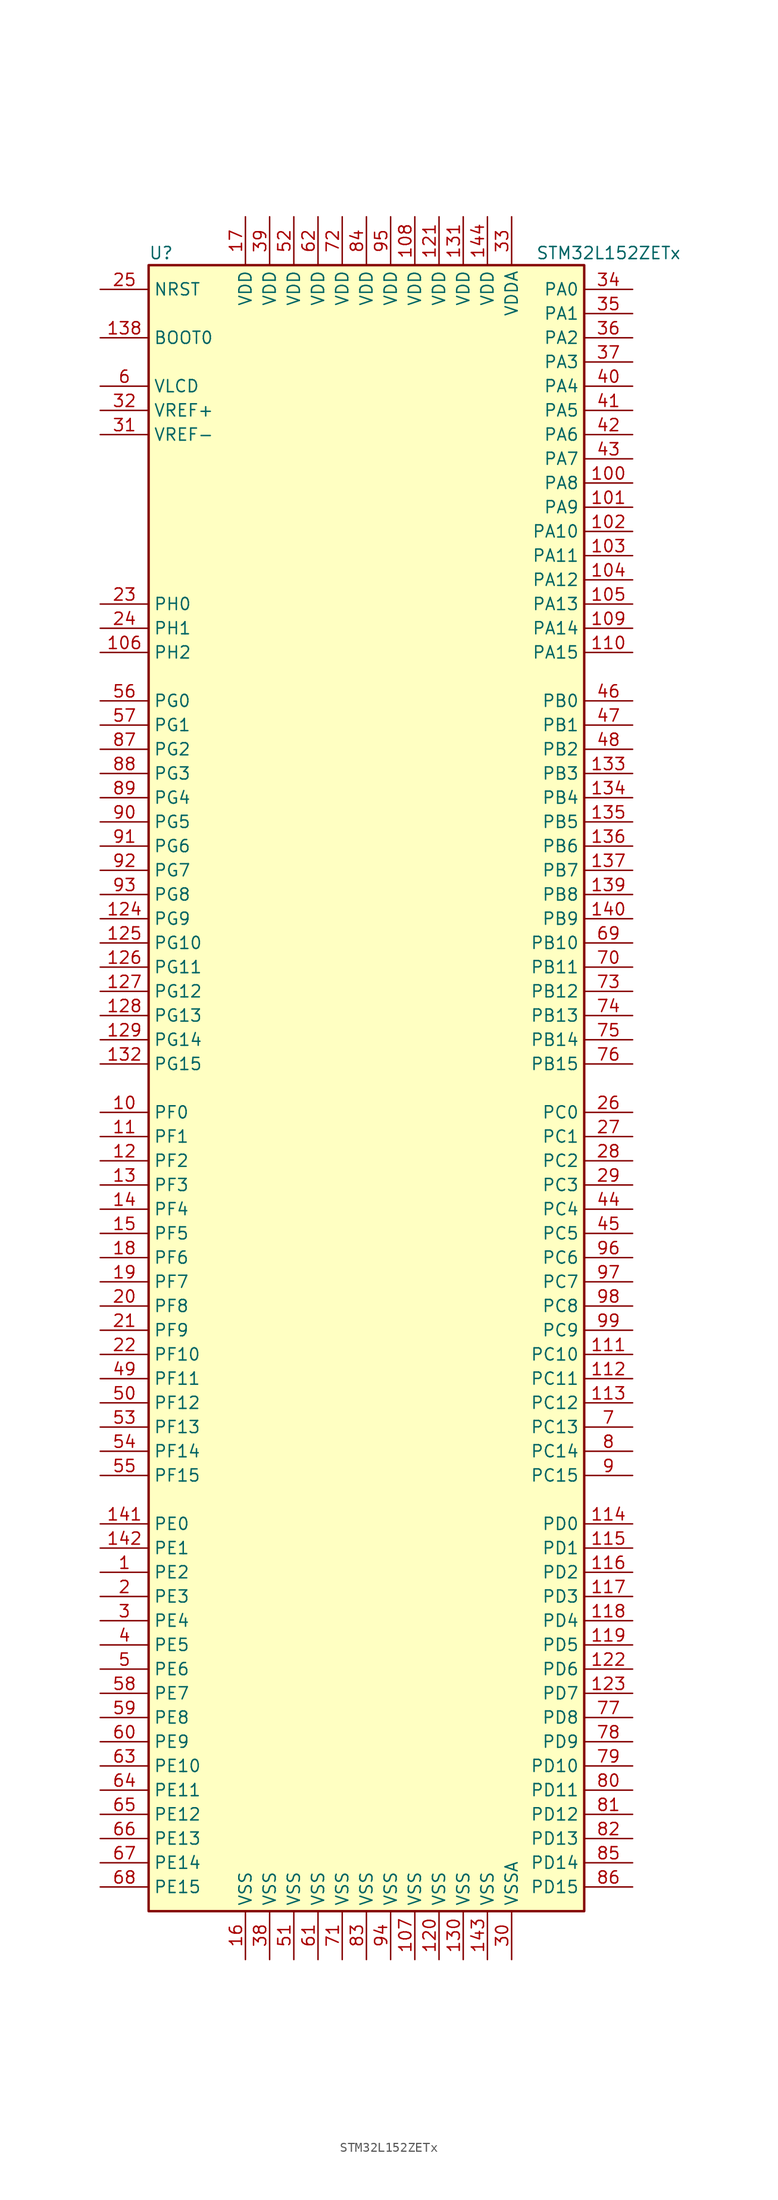
<source format=kicad_sym>
(kicad_symbol_lib
  (version 20201005)
  (generator kicad_symbol_editor)
  (symbol "STM32L152ZETx"
    (property "Reference" "U"
      (at -22.86 87.63 0)
      (effects (font (size 1.27 1.27)) (justify left)))
    (property "Value" "STM32L152ZETx"
      (at 17.78 87.63 0)
      (effects (font (size 1.27 1.27)) (justify left)))
    (symbol "STM32L152ZETx_0_1"
      (rectangle (start -22.86 -86.36) (end 22.86 86.36) (stroke (width 0.254)) (fill (type background))))
    (symbol "STM32L152ZETx_1_1"
      (pin input line (at -27.94 78.74 0) (length 5.08) (name "BOOT0" (effects (font (size 1.27 1.27)))) (number "138" (effects (font (size 1.27 1.27)))))
      (pin input line (at -27.94 83.82 0) (length 5.08) (name "NRST" (effects (font (size 1.27 1.27)))) (number "25" (effects (font (size 1.27 1.27)))))
      (pin bidirectional line (at 27.94 83.82 180) (length 5.08) (name "PA0" (effects (font (size 1.27 1.27)))) (number "34" (effects (font (size 1.27 1.27)))))
      (pin bidirectional line (at 27.94 81.28 180) (length 5.08) (name "PA1" (effects (font (size 1.27 1.27)))) (number "35" (effects (font (size 1.27 1.27)))))
      (pin bidirectional line (at 27.94 58.42 180) (length 5.08) (name "PA10" (effects (font (size 1.27 1.27)))) (number "102" (effects (font (size 1.27 1.27)))))
      (pin bidirectional line (at 27.94 55.88 180) (length 5.08) (name "PA11" (effects (font (size 1.27 1.27)))) (number "103" (effects (font (size 1.27 1.27)))))
      (pin bidirectional line (at 27.94 53.34 180) (length 5.08) (name "PA12" (effects (font (size 1.27 1.27)))) (number "104" (effects (font (size 1.27 1.27)))))
      (pin bidirectional line (at 27.94 50.8 180) (length 5.08) (name "PA13" (effects (font (size 1.27 1.27)))) (number "105" (effects (font (size 1.27 1.27)))))
      (pin bidirectional line (at 27.94 48.26 180) (length 5.08) (name "PA14" (effects (font (size 1.27 1.27)))) (number "109" (effects (font (size 1.27 1.27)))))
      (pin bidirectional line (at 27.94 45.72 180) (length 5.08) (name "PA15" (effects (font (size 1.27 1.27)))) (number "110" (effects (font (size 1.27 1.27)))))
      (pin bidirectional line (at 27.94 78.74 180) (length 5.08) (name "PA2" (effects (font (size 1.27 1.27)))) (number "36" (effects (font (size 1.27 1.27)))))
      (pin bidirectional line (at 27.94 76.2 180) (length 5.08) (name "PA3" (effects (font (size 1.27 1.27)))) (number "37" (effects (font (size 1.27 1.27)))))
      (pin bidirectional line (at 27.94 73.66 180) (length 5.08) (name "PA4" (effects (font (size 1.27 1.27)))) (number "40" (effects (font (size 1.27 1.27)))))
      (pin bidirectional line (at 27.94 71.12 180) (length 5.08) (name "PA5" (effects (font (size 1.27 1.27)))) (number "41" (effects (font (size 1.27 1.27)))))
      (pin bidirectional line (at 27.94 68.58 180) (length 5.08) (name "PA6" (effects (font (size 1.27 1.27)))) (number "42" (effects (font (size 1.27 1.27)))))
      (pin bidirectional line (at 27.94 66.04 180) (length 5.08) (name "PA7" (effects (font (size 1.27 1.27)))) (number "43" (effects (font (size 1.27 1.27)))))
      (pin bidirectional line (at 27.94 63.5 180) (length 5.08) (name "PA8" (effects (font (size 1.27 1.27)))) (number "100" (effects (font (size 1.27 1.27)))))
      (pin bidirectional line (at 27.94 60.96 180) (length 5.08) (name "PA9" (effects (font (size 1.27 1.27)))) (number "101" (effects (font (size 1.27 1.27)))))
      (pin bidirectional line (at 27.94 40.64 180) (length 5.08) (name "PB0" (effects (font (size 1.27 1.27)))) (number "46" (effects (font (size 1.27 1.27)))))
      (pin bidirectional line (at 27.94 38.1 180) (length 5.08) (name "PB1" (effects (font (size 1.27 1.27)))) (number "47" (effects (font (size 1.27 1.27)))))
      (pin bidirectional line (at 27.94 15.24 180) (length 5.08) (name "PB10" (effects (font (size 1.27 1.27)))) (number "69" (effects (font (size 1.27 1.27)))))
      (pin bidirectional line (at 27.94 12.7 180) (length 5.08) (name "PB11" (effects (font (size 1.27 1.27)))) (number "70" (effects (font (size 1.27 1.27)))))
      (pin bidirectional line (at 27.94 10.16 180) (length 5.08) (name "PB12" (effects (font (size 1.27 1.27)))) (number "73" (effects (font (size 1.27 1.27)))))
      (pin bidirectional line (at 27.94 7.62 180) (length 5.08) (name "PB13" (effects (font (size 1.27 1.27)))) (number "74" (effects (font (size 1.27 1.27)))))
      (pin bidirectional line (at 27.94 5.08 180) (length 5.08) (name "PB14" (effects (font (size 1.27 1.27)))) (number "75" (effects (font (size 1.27 1.27)))))
      (pin bidirectional line (at 27.94 2.54 180) (length 5.08) (name "PB15" (effects (font (size 1.27 1.27)))) (number "76" (effects (font (size 1.27 1.27)))))
      (pin bidirectional line (at 27.94 35.56 180) (length 5.08) (name "PB2" (effects (font (size 1.27 1.27)))) (number "48" (effects (font (size 1.27 1.27)))))
      (pin bidirectional line (at 27.94 33.02 180) (length 5.08) (name "PB3" (effects (font (size 1.27 1.27)))) (number "133" (effects (font (size 1.27 1.27)))))
      (pin bidirectional line (at 27.94 30.48 180) (length 5.08) (name "PB4" (effects (font (size 1.27 1.27)))) (number "134" (effects (font (size 1.27 1.27)))))
      (pin bidirectional line (at 27.94 27.94 180) (length 5.08) (name "PB5" (effects (font (size 1.27 1.27)))) (number "135" (effects (font (size 1.27 1.27)))))
      (pin bidirectional line (at 27.94 25.4 180) (length 5.08) (name "PB6" (effects (font (size 1.27 1.27)))) (number "136" (effects (font (size 1.27 1.27)))))
      (pin bidirectional line (at 27.94 22.86 180) (length 5.08) (name "PB7" (effects (font (size 1.27 1.27)))) (number "137" (effects (font (size 1.27 1.27)))))
      (pin bidirectional line (at 27.94 20.32 180) (length 5.08) (name "PB8" (effects (font (size 1.27 1.27)))) (number "139" (effects (font (size 1.27 1.27)))))
      (pin bidirectional line (at 27.94 17.78 180) (length 5.08) (name "PB9" (effects (font (size 1.27 1.27)))) (number "140" (effects (font (size 1.27 1.27)))))
      (pin bidirectional line (at 27.94 -2.54 180) (length 5.08) (name "PC0" (effects (font (size 1.27 1.27)))) (number "26" (effects (font (size 1.27 1.27)))))
      (pin bidirectional line (at 27.94 -5.08 180) (length 5.08) (name "PC1" (effects (font (size 1.27 1.27)))) (number "27" (effects (font (size 1.27 1.27)))))
      (pin bidirectional line (at 27.94 -27.94 180) (length 5.08) (name "PC10" (effects (font (size 1.27 1.27)))) (number "111" (effects (font (size 1.27 1.27)))))
      (pin bidirectional line (at 27.94 -30.48 180) (length 5.08) (name "PC11" (effects (font (size 1.27 1.27)))) (number "112" (effects (font (size 1.27 1.27)))))
      (pin bidirectional line (at 27.94 -33.02 180) (length 5.08) (name "PC12" (effects (font (size 1.27 1.27)))) (number "113" (effects (font (size 1.27 1.27)))))
      (pin bidirectional line (at 27.94 -35.56 180) (length 5.08) (name "PC13" (effects (font (size 1.27 1.27)))) (number "7" (effects (font (size 1.27 1.27)))))
      (pin bidirectional line (at 27.94 -38.1 180) (length 5.08) (name "PC14" (effects (font (size 1.27 1.27)))) (number "8" (effects (font (size 1.27 1.27)))))
      (pin bidirectional line (at 27.94 -40.64 180) (length 5.08) (name "PC15" (effects (font (size 1.27 1.27)))) (number "9" (effects (font (size 1.27 1.27)))))
      (pin bidirectional line (at 27.94 -7.62 180) (length 5.08) (name "PC2" (effects (font (size 1.27 1.27)))) (number "28" (effects (font (size 1.27 1.27)))))
      (pin bidirectional line (at 27.94 -10.16 180) (length 5.08) (name "PC3" (effects (font (size 1.27 1.27)))) (number "29" (effects (font (size 1.27 1.27)))))
      (pin bidirectional line (at 27.94 -12.7 180) (length 5.08) (name "PC4" (effects (font (size 1.27 1.27)))) (number "44" (effects (font (size 1.27 1.27)))))
      (pin bidirectional line (at 27.94 -15.24 180) (length 5.08) (name "PC5" (effects (font (size 1.27 1.27)))) (number "45" (effects (font (size 1.27 1.27)))))
      (pin bidirectional line (at 27.94 -17.78 180) (length 5.08) (name "PC6" (effects (font (size 1.27 1.27)))) (number "96" (effects (font (size 1.27 1.27)))))
      (pin bidirectional line (at 27.94 -20.32 180) (length 5.08) (name "PC7" (effects (font (size 1.27 1.27)))) (number "97" (effects (font (size 1.27 1.27)))))
      (pin bidirectional line (at 27.94 -22.86 180) (length 5.08) (name "PC8" (effects (font (size 1.27 1.27)))) (number "98" (effects (font (size 1.27 1.27)))))
      (pin bidirectional line (at 27.94 -25.4 180) (length 5.08) (name "PC9" (effects (font (size 1.27 1.27)))) (number "99" (effects (font (size 1.27 1.27)))))
      (pin bidirectional line (at 27.94 -45.72 180) (length 5.08) (name "PD0" (effects (font (size 1.27 1.27)))) (number "114" (effects (font (size 1.27 1.27)))))
      (pin bidirectional line (at 27.94 -48.26 180) (length 5.08) (name "PD1" (effects (font (size 1.27 1.27)))) (number "115" (effects (font (size 1.27 1.27)))))
      (pin bidirectional line (at 27.94 -71.12 180) (length 5.08) (name "PD10" (effects (font (size 1.27 1.27)))) (number "79" (effects (font (size 1.27 1.27)))))
      (pin bidirectional line (at 27.94 -73.66 180) (length 5.08) (name "PD11" (effects (font (size 1.27 1.27)))) (number "80" (effects (font (size 1.27 1.27)))))
      (pin bidirectional line (at 27.94 -76.2 180) (length 5.08) (name "PD12" (effects (font (size 1.27 1.27)))) (number "81" (effects (font (size 1.27 1.27)))))
      (pin bidirectional line (at 27.94 -78.74 180) (length 5.08) (name "PD13" (effects (font (size 1.27 1.27)))) (number "82" (effects (font (size 1.27 1.27)))))
      (pin bidirectional line (at 27.94 -81.28 180) (length 5.08) (name "PD14" (effects (font (size 1.27 1.27)))) (number "85" (effects (font (size 1.27 1.27)))))
      (pin bidirectional line (at 27.94 -83.82 180) (length 5.08) (name "PD15" (effects (font (size 1.27 1.27)))) (number "86" (effects (font (size 1.27 1.27)))))
      (pin bidirectional line (at 27.94 -50.8 180) (length 5.08) (name "PD2" (effects (font (size 1.27 1.27)))) (number "116" (effects (font (size 1.27 1.27)))))
      (pin bidirectional line (at 27.94 -53.34 180) (length 5.08) (name "PD3" (effects (font (size 1.27 1.27)))) (number "117" (effects (font (size 1.27 1.27)))))
      (pin bidirectional line (at 27.94 -55.88 180) (length 5.08) (name "PD4" (effects (font (size 1.27 1.27)))) (number "118" (effects (font (size 1.27 1.27)))))
      (pin bidirectional line (at 27.94 -58.42 180) (length 5.08) (name "PD5" (effects (font (size 1.27 1.27)))) (number "119" (effects (font (size 1.27 1.27)))))
      (pin bidirectional line (at 27.94 -60.96 180) (length 5.08) (name "PD6" (effects (font (size 1.27 1.27)))) (number "122" (effects (font (size 1.27 1.27)))))
      (pin bidirectional line (at 27.94 -63.5 180) (length 5.08) (name "PD7" (effects (font (size 1.27 1.27)))) (number "123" (effects (font (size 1.27 1.27)))))
      (pin bidirectional line (at 27.94 -66.04 180) (length 5.08) (name "PD8" (effects (font (size 1.27 1.27)))) (number "77" (effects (font (size 1.27 1.27)))))
      (pin bidirectional line (at 27.94 -68.58 180) (length 5.08) (name "PD9" (effects (font (size 1.27 1.27)))) (number "78" (effects (font (size 1.27 1.27)))))
      (pin bidirectional line (at -27.94 -45.72 0) (length 5.08) (name "PE0" (effects (font (size 1.27 1.27)))) (number "141" (effects (font (size 1.27 1.27)))))
      (pin bidirectional line (at -27.94 -48.26 0) (length 5.08) (name "PE1" (effects (font (size 1.27 1.27)))) (number "142" (effects (font (size 1.27 1.27)))))
      (pin bidirectional line (at -27.94 -71.12 0) (length 5.08) (name "PE10" (effects (font (size 1.27 1.27)))) (number "63" (effects (font (size 1.27 1.27)))))
      (pin bidirectional line (at -27.94 -73.66 0) (length 5.08) (name "PE11" (effects (font (size 1.27 1.27)))) (number "64" (effects (font (size 1.27 1.27)))))
      (pin bidirectional line (at -27.94 -76.2 0) (length 5.08) (name "PE12" (effects (font (size 1.27 1.27)))) (number "65" (effects (font (size 1.27 1.27)))))
      (pin bidirectional line (at -27.94 -78.74 0) (length 5.08) (name "PE13" (effects (font (size 1.27 1.27)))) (number "66" (effects (font (size 1.27 1.27)))))
      (pin bidirectional line (at -27.94 -81.28 0) (length 5.08) (name "PE14" (effects (font (size 1.27 1.27)))) (number "67" (effects (font (size 1.27 1.27)))))
      (pin bidirectional line (at -27.94 -83.82 0) (length 5.08) (name "PE15" (effects (font (size 1.27 1.27)))) (number "68" (effects (font (size 1.27 1.27)))))
      (pin bidirectional line (at -27.94 -50.8 0) (length 5.08) (name "PE2" (effects (font (size 1.27 1.27)))) (number "1" (effects (font (size 1.27 1.27)))))
      (pin bidirectional line (at -27.94 -53.34 0) (length 5.08) (name "PE3" (effects (font (size 1.27 1.27)))) (number "2" (effects (font (size 1.27 1.27)))))
      (pin bidirectional line (at -27.94 -55.88 0) (length 5.08) (name "PE4" (effects (font (size 1.27 1.27)))) (number "3" (effects (font (size 1.27 1.27)))))
      (pin bidirectional line (at -27.94 -58.42 0) (length 5.08) (name "PE5" (effects (font (size 1.27 1.27)))) (number "4" (effects (font (size 1.27 1.27)))))
      (pin bidirectional line (at -27.94 -60.96 0) (length 5.08) (name "PE6" (effects (font (size 1.27 1.27)))) (number "5" (effects (font (size 1.27 1.27)))))
      (pin bidirectional line (at -27.94 -63.5 0) (length 5.08) (name "PE7" (effects (font (size 1.27 1.27)))) (number "58" (effects (font (size 1.27 1.27)))))
      (pin bidirectional line (at -27.94 -66.04 0) (length 5.08) (name "PE8" (effects (font (size 1.27 1.27)))) (number "59" (effects (font (size 1.27 1.27)))))
      (pin bidirectional line (at -27.94 -68.58 0) (length 5.08) (name "PE9" (effects (font (size 1.27 1.27)))) (number "60" (effects (font (size 1.27 1.27)))))
      (pin bidirectional line (at -27.94 -2.54 0) (length 5.08) (name "PF0" (effects (font (size 1.27 1.27)))) (number "10" (effects (font (size 1.27 1.27)))))
      (pin bidirectional line (at -27.94 -5.08 0) (length 5.08) (name "PF1" (effects (font (size 1.27 1.27)))) (number "11" (effects (font (size 1.27 1.27)))))
      (pin bidirectional line (at -27.94 -27.94 0) (length 5.08) (name "PF10" (effects (font (size 1.27 1.27)))) (number "22" (effects (font (size 1.27 1.27)))))
      (pin bidirectional line (at -27.94 -30.48 0) (length 5.08) (name "PF11" (effects (font (size 1.27 1.27)))) (number "49" (effects (font (size 1.27 1.27)))))
      (pin bidirectional line (at -27.94 -33.02 0) (length 5.08) (name "PF12" (effects (font (size 1.27 1.27)))) (number "50" (effects (font (size 1.27 1.27)))))
      (pin bidirectional line (at -27.94 -35.56 0) (length 5.08) (name "PF13" (effects (font (size 1.27 1.27)))) (number "53" (effects (font (size 1.27 1.27)))))
      (pin bidirectional line (at -27.94 -38.1 0) (length 5.08) (name "PF14" (effects (font (size 1.27 1.27)))) (number "54" (effects (font (size 1.27 1.27)))))
      (pin bidirectional line (at -27.94 -40.64 0) (length 5.08) (name "PF15" (effects (font (size 1.27 1.27)))) (number "55" (effects (font (size 1.27 1.27)))))
      (pin bidirectional line (at -27.94 -7.62 0) (length 5.08) (name "PF2" (effects (font (size 1.27 1.27)))) (number "12" (effects (font (size 1.27 1.27)))))
      (pin bidirectional line (at -27.94 -10.16 0) (length 5.08) (name "PF3" (effects (font (size 1.27 1.27)))) (number "13" (effects (font (size 1.27 1.27)))))
      (pin bidirectional line (at -27.94 -12.7 0) (length 5.08) (name "PF4" (effects (font (size 1.27 1.27)))) (number "14" (effects (font (size 1.27 1.27)))))
      (pin bidirectional line (at -27.94 -15.24 0) (length 5.08) (name "PF5" (effects (font (size 1.27 1.27)))) (number "15" (effects (font (size 1.27 1.27)))))
      (pin bidirectional line (at -27.94 -17.78 0) (length 5.08) (name "PF6" (effects (font (size 1.27 1.27)))) (number "18" (effects (font (size 1.27 1.27)))))
      (pin bidirectional line (at -27.94 -20.32 0) (length 5.08) (name "PF7" (effects (font (size 1.27 1.27)))) (number "19" (effects (font (size 1.27 1.27)))))
      (pin bidirectional line (at -27.94 -22.86 0) (length 5.08) (name "PF8" (effects (font (size 1.27 1.27)))) (number "20" (effects (font (size 1.27 1.27)))))
      (pin bidirectional line (at -27.94 -25.4 0) (length 5.08) (name "PF9" (effects (font (size 1.27 1.27)))) (number "21" (effects (font (size 1.27 1.27)))))
      (pin bidirectional line (at -27.94 40.64 0) (length 5.08) (name "PG0" (effects (font (size 1.27 1.27)))) (number "56" (effects (font (size 1.27 1.27)))))
      (pin bidirectional line (at -27.94 38.1 0) (length 5.08) (name "PG1" (effects (font (size 1.27 1.27)))) (number "57" (effects (font (size 1.27 1.27)))))
      (pin bidirectional line (at -27.94 15.24 0) (length 5.08) (name "PG10" (effects (font (size 1.27 1.27)))) (number "125" (effects (font (size 1.27 1.27)))))
      (pin bidirectional line (at -27.94 12.7 0) (length 5.08) (name "PG11" (effects (font (size 1.27 1.27)))) (number "126" (effects (font (size 1.27 1.27)))))
      (pin bidirectional line (at -27.94 10.16 0) (length 5.08) (name "PG12" (effects (font (size 1.27 1.27)))) (number "127" (effects (font (size 1.27 1.27)))))
      (pin bidirectional line (at -27.94 7.62 0) (length 5.08) (name "PG13" (effects (font (size 1.27 1.27)))) (number "128" (effects (font (size 1.27 1.27)))))
      (pin bidirectional line (at -27.94 5.08 0) (length 5.08) (name "PG14" (effects (font (size 1.27 1.27)))) (number "129" (effects (font (size 1.27 1.27)))))
      (pin bidirectional line (at -27.94 2.54 0) (length 5.08) (name "PG15" (effects (font (size 1.27 1.27)))) (number "132" (effects (font (size 1.27 1.27)))))
      (pin bidirectional line (at -27.94 35.56 0) (length 5.08) (name "PG2" (effects (font (size 1.27 1.27)))) (number "87" (effects (font (size 1.27 1.27)))))
      (pin bidirectional line (at -27.94 33.02 0) (length 5.08) (name "PG3" (effects (font (size 1.27 1.27)))) (number "88" (effects (font (size 1.27 1.27)))))
      (pin bidirectional line (at -27.94 30.48 0) (length 5.08) (name "PG4" (effects (font (size 1.27 1.27)))) (number "89" (effects (font (size 1.27 1.27)))))
      (pin bidirectional line (at -27.94 27.94 0) (length 5.08) (name "PG5" (effects (font (size 1.27 1.27)))) (number "90" (effects (font (size 1.27 1.27)))))
      (pin bidirectional line (at -27.94 25.4 0) (length 5.08) (name "PG6" (effects (font (size 1.27 1.27)))) (number "91" (effects (font (size 1.27 1.27)))))
      (pin bidirectional line (at -27.94 22.86 0) (length 5.08) (name "PG7" (effects (font (size 1.27 1.27)))) (number "92" (effects (font (size 1.27 1.27)))))
      (pin bidirectional line (at -27.94 20.32 0) (length 5.08) (name "PG8" (effects (font (size 1.27 1.27)))) (number "93" (effects (font (size 1.27 1.27)))))
      (pin bidirectional line (at -27.94 17.78 0) (length 5.08) (name "PG9" (effects (font (size 1.27 1.27)))) (number "124" (effects (font (size 1.27 1.27)))))
      (pin input line (at -27.94 50.8 0) (length 5.08) (name "PH0" (effects (font (size 1.27 1.27)))) (number "23" (effects (font (size 1.27 1.27)))))
      (pin input line (at -27.94 48.26 0) (length 5.08) (name "PH1" (effects (font (size 1.27 1.27)))) (number "24" (effects (font (size 1.27 1.27)))))
      (pin bidirectional line (at -27.94 45.72 0) (length 5.08) (name "PH2" (effects (font (size 1.27 1.27)))) (number "106" (effects (font (size 1.27 1.27)))))
      (pin power_in line (at 5.08 91.44 270) (length 5.08) (name "VDD" (effects (font (size 1.27 1.27)))) (number "108" (effects (font (size 1.27 1.27)))))
      (pin power_in line (at 7.62 91.44 270) (length 5.08) (name "VDD" (effects (font (size 1.27 1.27)))) (number "121" (effects (font (size 1.27 1.27)))))
      (pin power_in line (at 10.16 91.44 270) (length 5.08) (name "VDD" (effects (font (size 1.27 1.27)))) (number "131" (effects (font (size 1.27 1.27)))))
      (pin power_in line (at 12.7 91.44 270) (length 5.08) (name "VDD" (effects (font (size 1.27 1.27)))) (number "144" (effects (font (size 1.27 1.27)))))
      (pin power_in line (at -12.7 91.44 270) (length 5.08) (name "VDD" (effects (font (size 1.27 1.27)))) (number "17" (effects (font (size 1.27 1.27)))))
      (pin power_in line (at -10.16 91.44 270) (length 5.08) (name "VDD" (effects (font (size 1.27 1.27)))) (number "39" (effects (font (size 1.27 1.27)))))
      (pin power_in line (at -7.62 91.44 270) (length 5.08) (name "VDD" (effects (font (size 1.27 1.27)))) (number "52" (effects (font (size 1.27 1.27)))))
      (pin power_in line (at -5.08 91.44 270) (length 5.08) (name "VDD" (effects (font (size 1.27 1.27)))) (number "62" (effects (font (size 1.27 1.27)))))
      (pin power_in line (at -2.54 91.44 270) (length 5.08) (name "VDD" (effects (font (size 1.27 1.27)))) (number "72" (effects (font (size 1.27 1.27)))))
      (pin power_in line (at 0 91.44 270) (length 5.08) (name "VDD" (effects (font (size 1.27 1.27)))) (number "84" (effects (font (size 1.27 1.27)))))
      (pin power_in line (at 2.54 91.44 270) (length 5.08) (name "VDD" (effects (font (size 1.27 1.27)))) (number "95" (effects (font (size 1.27 1.27)))))
      (pin power_in line (at 15.24 91.44 270) (length 5.08) (name "VDDA" (effects (font (size 1.27 1.27)))) (number "33" (effects (font (size 1.27 1.27)))))
      (pin power_in line (at -27.94 73.66 0) (length 5.08) (name "VLCD" (effects (font (size 1.27 1.27)))) (number "6" (effects (font (size 1.27 1.27)))))
      (pin power_in line (at -27.94 71.12 0) (length 5.08) (name "VREF+" (effects (font (size 1.27 1.27)))) (number "32" (effects (font (size 1.27 1.27)))))
      (pin power_in line (at -27.94 68.58 0) (length 5.08) (name "VREF-" (effects (font (size 1.27 1.27)))) (number "31" (effects (font (size 1.27 1.27)))))
      (pin power_in line (at 5.08 -91.44 90) (length 5.08) (name "VSS" (effects (font (size 1.27 1.27)))) (number "107" (effects (font (size 1.27 1.27)))))
      (pin power_in line (at 7.62 -91.44 90) (length 5.08) (name "VSS" (effects (font (size 1.27 1.27)))) (number "120" (effects (font (size 1.27 1.27)))))
      (pin power_in line (at 10.16 -91.44 90) (length 5.08) (name "VSS" (effects (font (size 1.27 1.27)))) (number "130" (effects (font (size 1.27 1.27)))))
      (pin power_in line (at 12.7 -91.44 90) (length 5.08) (name "VSS" (effects (font (size 1.27 1.27)))) (number "143" (effects (font (size 1.27 1.27)))))
      (pin power_in line (at -12.7 -91.44 90) (length 5.08) (name "VSS" (effects (font (size 1.27 1.27)))) (number "16" (effects (font (size 1.27 1.27)))))
      (pin power_in line (at -10.16 -91.44 90) (length 5.08) (name "VSS" (effects (font (size 1.27 1.27)))) (number "38" (effects (font (size 1.27 1.27)))))
      (pin power_in line (at -7.62 -91.44 90) (length 5.08) (name "VSS" (effects (font (size 1.27 1.27)))) (number "51" (effects (font (size 1.27 1.27)))))
      (pin power_in line (at -5.08 -91.44 90) (length 5.08) (name "VSS" (effects (font (size 1.27 1.27)))) (number "61" (effects (font (size 1.27 1.27)))))
      (pin power_in line (at -2.54 -91.44 90) (length 5.08) (name "VSS" (effects (font (size 1.27 1.27)))) (number "71" (effects (font (size 1.27 1.27)))))
      (pin power_in line (at 0 -91.44 90) (length 5.08) (name "VSS" (effects (font (size 1.27 1.27)))) (number "83" (effects (font (size 1.27 1.27)))))
      (pin power_in line (at 2.54 -91.44 90) (length 5.08) (name "VSS" (effects (font (size 1.27 1.27)))) (number "94" (effects (font (size 1.27 1.27)))))
      (pin power_in line (at 15.24 -91.44 90) (length 5.08) (name "VSSA" (effects (font (size 1.27 1.27)))) (number "30" (effects (font (size 1.27 1.27))))))))
</source>
